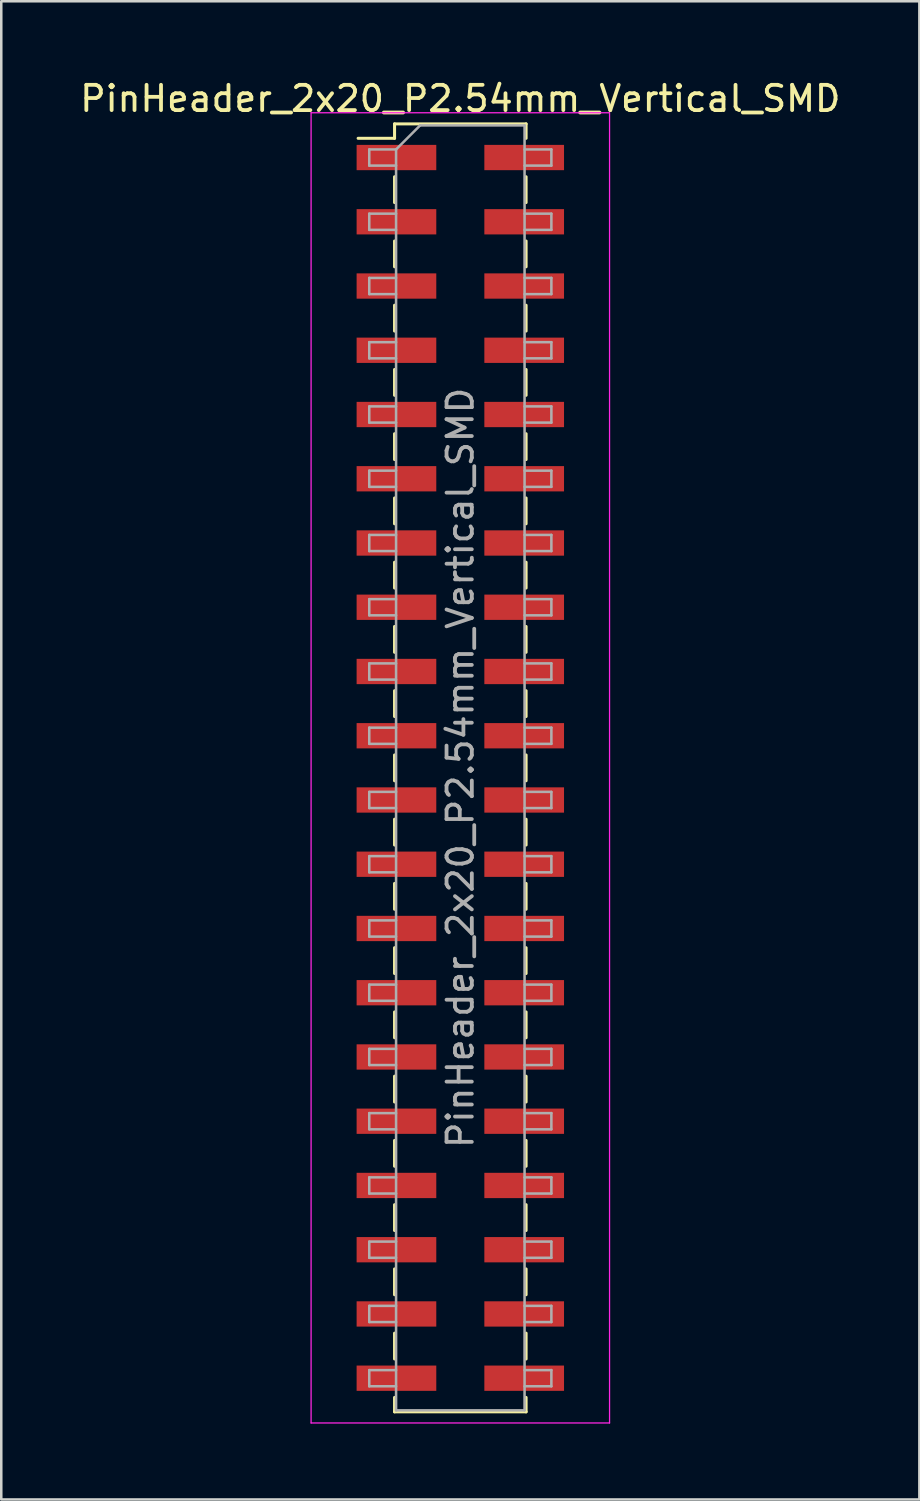
<source format=kicad_pcb>
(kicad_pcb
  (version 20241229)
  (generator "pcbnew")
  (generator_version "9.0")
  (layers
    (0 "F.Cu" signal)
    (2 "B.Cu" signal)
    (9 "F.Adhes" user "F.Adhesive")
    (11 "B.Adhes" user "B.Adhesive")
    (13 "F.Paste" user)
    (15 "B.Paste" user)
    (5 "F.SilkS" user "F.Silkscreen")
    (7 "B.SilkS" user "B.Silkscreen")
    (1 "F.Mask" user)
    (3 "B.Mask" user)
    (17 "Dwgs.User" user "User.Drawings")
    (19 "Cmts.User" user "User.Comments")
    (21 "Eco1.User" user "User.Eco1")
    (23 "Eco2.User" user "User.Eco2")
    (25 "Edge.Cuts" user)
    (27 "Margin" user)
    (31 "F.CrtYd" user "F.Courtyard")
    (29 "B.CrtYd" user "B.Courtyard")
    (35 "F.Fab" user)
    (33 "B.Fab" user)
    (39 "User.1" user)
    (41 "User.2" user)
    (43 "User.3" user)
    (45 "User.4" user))
  (footprint "PinHeader_2x20_P2.54mm_Vertical_SMD"
    (layer "F.Cu")
    (at 15.149 27.308)
    (property "Reference" "PinHeader_2x20_P2.54mm_Vertical_SMD" (at 0 -26.46 0) (layer "F.SilkS") (effects (font (size 1 1) (thickness 0.15))))
    (attr smd)
    (fp_line (start -4.04 -24.89) (end -2.6 -24.89) (stroke (width 0.12) (type solid)) (layer "F.SilkS"))
    (fp_line (start -2.6 -25.46) (end -2.6 -24.89) (stroke (width 0.12) (type solid)) (layer "F.SilkS"))
    (fp_line (start -2.6 -25.46) (end 2.6 -25.46) (stroke (width 0.12) (type solid)) (layer "F.SilkS"))
    (fp_line (start -2.6 -23.37) (end -2.6 -22.35) (stroke (width 0.12) (type solid)) (layer "F.SilkS"))
    (fp_line (start -2.6 -20.83) (end -2.6 -19.81) (stroke (width 0.12) (type solid)) (layer "F.SilkS"))
    (fp_line (start -2.6 -18.29) (end -2.6 -17.27) (stroke (width 0.12) (type solid)) (layer "F.SilkS"))
    (fp_line (start -2.6 -15.75) (end -2.6 -14.73) (stroke (width 0.12) (type solid)) (layer "F.SilkS"))
    (fp_line (start -2.6 -13.21) (end -2.6 -12.19) (stroke (width 0.12) (type solid)) (layer "F.SilkS"))
    (fp_line (start -2.6 -10.67) (end -2.6 -9.65) (stroke (width 0.12) (type solid)) (layer "F.SilkS"))
    (fp_line (start -2.6 -8.13) (end -2.6 -7.11) (stroke (width 0.12) (type solid)) (layer "F.SilkS"))
    (fp_line (start -2.6 -5.59) (end -2.6 -4.57) (stroke (width 0.12) (type solid)) (layer "F.SilkS"))
    (fp_line (start -2.6 -3.05) (end -2.6 -2.03) (stroke (width 0.12) (type solid)) (layer "F.SilkS"))
    (fp_line (start -2.6 -0.51) (end -2.6 0.51) (stroke (width 0.12) (type solid)) (layer "F.SilkS"))
    (fp_line (start -2.6 2.03) (end -2.6 3.05) (stroke (width 0.12) (type solid)) (layer "F.SilkS"))
    (fp_line (start -2.6 4.57) (end -2.6 5.59) (stroke (width 0.12) (type solid)) (layer "F.SilkS"))
    (fp_line (start -2.6 7.11) (end -2.6 8.13) (stroke (width 0.12) (type solid)) (layer "F.SilkS"))
    (fp_line (start -2.6 9.65) (end -2.6 10.67) (stroke (width 0.12) (type solid)) (layer "F.SilkS"))
    (fp_line (start -2.6 12.19) (end -2.6 13.21) (stroke (width 0.12) (type solid)) (layer "F.SilkS"))
    (fp_line (start -2.6 14.73) (end -2.6 15.75) (stroke (width 0.12) (type solid)) (layer "F.SilkS"))
    (fp_line (start -2.6 17.27) (end -2.6 18.29) (stroke (width 0.12) (type solid)) (layer "F.SilkS"))
    (fp_line (start -2.6 19.81) (end -2.6 20.83) (stroke (width 0.12) (type solid)) (layer "F.SilkS"))
    (fp_line (start -2.6 22.35) (end -2.6 23.37) (stroke (width 0.12) (type solid)) (layer "F.SilkS"))
    (fp_line (start -2.6 24.89) (end -2.6 25.46) (stroke (width 0.12) (type solid)) (layer "F.SilkS"))
    (fp_line (start -2.6 25.46) (end 2.6 25.46) (stroke (width 0.12) (type solid)) (layer "F.SilkS"))
    (fp_line (start 2.6 -25.46) (end 2.6 -24.89) (stroke (width 0.12) (type solid)) (layer "F.SilkS"))
    (fp_line (start 2.6 -23.37) (end 2.6 -22.35) (stroke (width 0.12) (type solid)) (layer "F.SilkS"))
    (fp_line (start 2.6 -20.83) (end 2.6 -19.81) (stroke (width 0.12) (type solid)) (layer "F.SilkS"))
    (fp_line (start 2.6 -18.29) (end 2.6 -17.27) (stroke (width 0.12) (type solid)) (layer "F.SilkS"))
    (fp_line (start 2.6 -15.75) (end 2.6 -14.73) (stroke (width 0.12) (type solid)) (layer "F.SilkS"))
    (fp_line (start 2.6 -13.21) (end 2.6 -12.19) (stroke (width 0.12) (type solid)) (layer "F.SilkS"))
    (fp_line (start 2.6 -10.67) (end 2.6 -9.65) (stroke (width 0.12) (type solid)) (layer "F.SilkS"))
    (fp_line (start 2.6 -8.13) (end 2.6 -7.11) (stroke (width 0.12) (type solid)) (layer "F.SilkS"))
    (fp_line (start 2.6 -5.59) (end 2.6 -4.57) (stroke (width 0.12) (type solid)) (layer "F.SilkS"))
    (fp_line (start 2.6 -3.05) (end 2.6 -2.03) (stroke (width 0.12) (type solid)) (layer "F.SilkS"))
    (fp_line (start 2.6 -0.51) (end 2.6 0.51) (stroke (width 0.12) (type solid)) (layer "F.SilkS"))
    (fp_line (start 2.6 2.03) (end 2.6 3.05) (stroke (width 0.12) (type solid)) (layer "F.SilkS"))
    (fp_line (start 2.6 4.57) (end 2.6 5.59) (stroke (width 0.12) (type solid)) (layer "F.SilkS"))
    (fp_line (start 2.6 7.11) (end 2.6 8.13) (stroke (width 0.12) (type solid)) (layer "F.SilkS"))
    (fp_line (start 2.6 9.65) (end 2.6 10.67) (stroke (width 0.12) (type solid)) (layer "F.SilkS"))
    (fp_line (start 2.6 12.19) (end 2.6 13.21) (stroke (width 0.12) (type solid)) (layer "F.SilkS"))
    (fp_line (start 2.6 14.73) (end 2.6 15.75) (stroke (width 0.12) (type solid)) (layer "F.SilkS"))
    (fp_line (start 2.6 17.27) (end 2.6 18.29) (stroke (width 0.12) (type solid)) (layer "F.SilkS"))
    (fp_line (start 2.6 19.81) (end 2.6 20.83) (stroke (width 0.12) (type solid)) (layer "F.SilkS"))
    (fp_line (start 2.6 22.35) (end 2.6 23.37) (stroke (width 0.12) (type solid)) (layer "F.SilkS"))
    (fp_line (start 2.6 24.89) (end 2.6 25.46) (stroke (width 0.12) (type solid)) (layer "F.SilkS"))
    (fp_line (start -5.9 -25.9) (end -5.9 25.9) (stroke (width 0.05) (type solid)) (layer "F.CrtYd"))
    (fp_line (start -5.9 25.9) (end 5.9 25.9) (stroke (width 0.05) (type solid)) (layer "F.CrtYd"))
    (fp_line (start 5.9 -25.9) (end -5.9 -25.9) (stroke (width 0.05) (type solid)) (layer "F.CrtYd"))
    (fp_line (start 5.9 25.9) (end 5.9 -25.9) (stroke (width 0.05) (type solid)) (layer "F.CrtYd"))
    (fp_line (start -3.6 -24.45) (end -3.6 -23.81) (stroke (width 0.1) (type solid)) (layer "F.Fab"))
    (fp_line (start -3.6 -23.81) (end -2.54 -23.81) (stroke (width 0.1) (type solid)) (layer "F.Fab"))
    (fp_line (start -3.6 -21.91) (end -3.6 -21.27) (stroke (width 0.1) (type solid)) (layer "F.Fab"))
    (fp_line (start -3.6 -21.27) (end -2.54 -21.27) (stroke (width 0.1) (type solid)) (layer "F.Fab"))
    (fp_line (start -3.6 -19.37) (end -3.6 -18.73) (stroke (width 0.1) (type solid)) (layer "F.Fab"))
    (fp_line (start -3.6 -18.73) (end -2.54 -18.73) (stroke (width 0.1) (type solid)) (layer "F.Fab"))
    (fp_line (start -3.6 -16.83) (end -3.6 -16.19) (stroke (width 0.1) (type solid)) (layer "F.Fab"))
    (fp_line (start -3.6 -16.19) (end -2.54 -16.19) (stroke (width 0.1) (type solid)) (layer "F.Fab"))
    (fp_line (start -3.6 -14.29) (end -3.6 -13.65) (stroke (width 0.1) (type solid)) (layer "F.Fab"))
    (fp_line (start -3.6 -13.65) (end -2.54 -13.65) (stroke (width 0.1) (type solid)) (layer "F.Fab"))
    (fp_line (start -3.6 -11.75) (end -3.6 -11.11) (stroke (width 0.1) (type solid)) (layer "F.Fab"))
    (fp_line (start -3.6 -11.11) (end -2.54 -11.11) (stroke (width 0.1) (type solid)) (layer "F.Fab"))
    (fp_line (start -3.6 -9.21) (end -3.6 -8.57) (stroke (width 0.1) (type solid)) (layer "F.Fab"))
    (fp_line (start -3.6 -8.57) (end -2.54 -8.57) (stroke (width 0.1) (type solid)) (layer "F.Fab"))
    (fp_line (start -3.6 -6.67) (end -3.6 -6.03) (stroke (width 0.1) (type solid)) (layer "F.Fab"))
    (fp_line (start -3.6 -6.03) (end -2.54 -6.03) (stroke (width 0.1) (type solid)) (layer "F.Fab"))
    (fp_line (start -3.6 -4.13) (end -3.6 -3.49) (stroke (width 0.1) (type solid)) (layer "F.Fab"))
    (fp_line (start -3.6 -3.49) (end -2.54 -3.49) (stroke (width 0.1) (type solid)) (layer "F.Fab"))
    (fp_line (start -3.6 -1.59) (end -3.6 -0.95) (stroke (width 0.1) (type solid)) (layer "F.Fab"))
    (fp_line (start -3.6 -0.95) (end -2.54 -0.95) (stroke (width 0.1) (type solid)) (layer "F.Fab"))
    (fp_line (start -3.6 0.95) (end -3.6 1.59) (stroke (width 0.1) (type solid)) (layer "F.Fab"))
    (fp_line (start -3.6 1.59) (end -2.54 1.59) (stroke (width 0.1) (type solid)) (layer "F.Fab"))
    (fp_line (start -3.6 3.49) (end -3.6 4.13) (stroke (width 0.1) (type solid)) (layer "F.Fab"))
    (fp_line (start -3.6 4.13) (end -2.54 4.13) (stroke (width 0.1) (type solid)) (layer "F.Fab"))
    (fp_line (start -3.6 6.03) (end -3.6 6.67) (stroke (width 0.1) (type solid)) (layer "F.Fab"))
    (fp_line (start -3.6 6.67) (end -2.54 6.67) (stroke (width 0.1) (type solid)) (layer "F.Fab"))
    (fp_line (start -3.6 8.57) (end -3.6 9.21) (stroke (width 0.1) (type solid)) (layer "F.Fab"))
    (fp_line (start -3.6 9.21) (end -2.54 9.21) (stroke (width 0.1) (type solid)) (layer "F.Fab"))
    (fp_line (start -3.6 11.11) (end -3.6 11.75) (stroke (width 0.1) (type solid)) (layer "F.Fab"))
    (fp_line (start -3.6 11.75) (end -2.54 11.75) (stroke (width 0.1) (type solid)) (layer "F.Fab"))
    (fp_line (start -3.6 13.65) (end -3.6 14.29) (stroke (width 0.1) (type solid)) (layer "F.Fab"))
    (fp_line (start -3.6 14.29) (end -2.54 14.29) (stroke (width 0.1) (type solid)) (layer "F.Fab"))
    (fp_line (start -3.6 16.19) (end -3.6 16.83) (stroke (width 0.1) (type solid)) (layer "F.Fab"))
    (fp_line (start -3.6 16.83) (end -2.54 16.83) (stroke (width 0.1) (type solid)) (layer "F.Fab"))
    (fp_line (start -3.6 18.73) (end -3.6 19.37) (stroke (width 0.1) (type solid)) (layer "F.Fab"))
    (fp_line (start -3.6 19.37) (end -2.54 19.37) (stroke (width 0.1) (type solid)) (layer "F.Fab"))
    (fp_line (start -3.6 21.27) (end -3.6 21.91) (stroke (width 0.1) (type solid)) (layer "F.Fab"))
    (fp_line (start -3.6 21.91) (end -2.54 21.91) (stroke (width 0.1) (type solid)) (layer "F.Fab"))
    (fp_line (start -3.6 23.81) (end -3.6 24.45) (stroke (width 0.1) (type solid)) (layer "F.Fab"))
    (fp_line (start -3.6 24.45) (end -2.54 24.45) (stroke (width 0.1) (type solid)) (layer "F.Fab"))
    (fp_line (start -2.54 -24.45) (end -3.6 -24.45) (stroke (width 0.1) (type solid)) (layer "F.Fab"))
    (fp_line (start -2.54 -24.45) (end -1.59 -25.4) (stroke (width 0.1) (type solid)) (layer "F.Fab"))
    (fp_line (start -2.54 -21.91) (end -3.6 -21.91) (stroke (width 0.1) (type solid)) (layer "F.Fab"))
    (fp_line (start -2.54 -19.37) (end -3.6 -19.37) (stroke (width 0.1) (type solid)) (layer "F.Fab"))
    (fp_line (start -2.54 -16.83) (end -3.6 -16.83) (stroke (width 0.1) (type solid)) (layer "F.Fab"))
    (fp_line (start -2.54 -14.29) (end -3.6 -14.29) (stroke (width 0.1) (type solid)) (layer "F.Fab"))
    (fp_line (start -2.54 -11.75) (end -3.6 -11.75) (stroke (width 0.1) (type solid)) (layer "F.Fab"))
    (fp_line (start -2.54 -9.21) (end -3.6 -9.21) (stroke (width 0.1) (type solid)) (layer "F.Fab"))
    (fp_line (start -2.54 -6.67) (end -3.6 -6.67) (stroke (width 0.1) (type solid)) (layer "F.Fab"))
    (fp_line (start -2.54 -4.13) (end -3.6 -4.13) (stroke (width 0.1) (type solid)) (layer "F.Fab"))
    (fp_line (start -2.54 -1.59) (end -3.6 -1.59) (stroke (width 0.1) (type solid)) (layer "F.Fab"))
    (fp_line (start -2.54 0.95) (end -3.6 0.95) (stroke (width 0.1) (type solid)) (layer "F.Fab"))
    (fp_line (start -2.54 3.49) (end -3.6 3.49) (stroke (width 0.1) (type solid)) (layer "F.Fab"))
    (fp_line (start -2.54 6.03) (end -3.6 6.03) (stroke (width 0.1) (type solid)) (layer "F.Fab"))
    (fp_line (start -2.54 8.57) (end -3.6 8.57) (stroke (width 0.1) (type solid)) (layer "F.Fab"))
    (fp_line (start -2.54 11.11) (end -3.6 11.11) (stroke (width 0.1) (type solid)) (layer "F.Fab"))
    (fp_line (start -2.54 13.65) (end -3.6 13.65) (stroke (width 0.1) (type solid)) (layer "F.Fab"))
    (fp_line (start -2.54 16.19) (end -3.6 16.19) (stroke (width 0.1) (type solid)) (layer "F.Fab"))
    (fp_line (start -2.54 18.73) (end -3.6 18.73) (stroke (width 0.1) (type solid)) (layer "F.Fab"))
    (fp_line (start -2.54 21.27) (end -3.6 21.27) (stroke (width 0.1) (type solid)) (layer "F.Fab"))
    (fp_line (start -2.54 23.81) (end -3.6 23.81) (stroke (width 0.1) (type solid)) (layer "F.Fab"))
    (fp_line (start -2.54 25.4) (end -2.54 -24.45) (stroke (width 0.1) (type solid)) (layer "F.Fab"))
    (fp_line (start -1.59 -25.4) (end 2.54 -25.4) (stroke (width 0.1) (type solid)) (layer "F.Fab"))
    (fp_line (start 2.54 -25.4) (end 2.54 25.4) (stroke (width 0.1) (type solid)) (layer "F.Fab"))
    (fp_line (start 2.54 -24.45) (end 3.6 -24.45) (stroke (width 0.1) (type solid)) (layer "F.Fab"))
    (fp_line (start 2.54 -21.91) (end 3.6 -21.91) (stroke (width 0.1) (type solid)) (layer "F.Fab"))
    (fp_line (start 2.54 -19.37) (end 3.6 -19.37) (stroke (width 0.1) (type solid)) (layer "F.Fab"))
    (fp_line (start 2.54 -16.83) (end 3.6 -16.83) (stroke (width 0.1) (type solid)) (layer "F.Fab"))
    (fp_line (start 2.54 -14.29) (end 3.6 -14.29) (stroke (width 0.1) (type solid)) (layer "F.Fab"))
    (fp_line (start 2.54 -11.75) (end 3.6 -11.75) (stroke (width 0.1) (type solid)) (layer "F.Fab"))
    (fp_line (start 2.54 -9.21) (end 3.6 -9.21) (stroke (width 0.1) (type solid)) (layer "F.Fab"))
    (fp_line (start 2.54 -6.67) (end 3.6 -6.67) (stroke (width 0.1) (type solid)) (layer "F.Fab"))
    (fp_line (start 2.54 -4.13) (end 3.6 -4.13) (stroke (width 0.1) (type solid)) (layer "F.Fab"))
    (fp_line (start 2.54 -1.59) (end 3.6 -1.59) (stroke (width 0.1) (type solid)) (layer "F.Fab"))
    (fp_line (start 2.54 0.95) (end 3.6 0.95) (stroke (width 0.1) (type solid)) (layer "F.Fab"))
    (fp_line (start 2.54 3.49) (end 3.6 3.49) (stroke (width 0.1) (type solid)) (layer "F.Fab"))
    (fp_line (start 2.54 6.03) (end 3.6 6.03) (stroke (width 0.1) (type solid)) (layer "F.Fab"))
    (fp_line (start 2.54 8.57) (end 3.6 8.57) (stroke (width 0.1) (type solid)) (layer "F.Fab"))
    (fp_line (start 2.54 11.11) (end 3.6 11.11) (stroke (width 0.1) (type solid)) (layer "F.Fab"))
    (fp_line (start 2.54 13.65) (end 3.6 13.65) (stroke (width 0.1) (type solid)) (layer "F.Fab"))
    (fp_line (start 2.54 16.19) (end 3.6 16.19) (stroke (width 0.1) (type solid)) (layer "F.Fab"))
    (fp_line (start 2.54 18.73) (end 3.6 18.73) (stroke (width 0.1) (type solid)) (layer "F.Fab"))
    (fp_line (start 2.54 21.27) (end 3.6 21.27) (stroke (width 0.1) (type solid)) (layer "F.Fab"))
    (fp_line (start 2.54 23.81) (end 3.6 23.81) (stroke (width 0.1) (type solid)) (layer "F.Fab"))
    (fp_line (start 2.54 25.4) (end -2.54 25.4) (stroke (width 0.1) (type solid)) (layer "F.Fab"))
    (fp_line (start 3.6 -24.45) (end 3.6 -23.81) (stroke (width 0.1) (type solid)) (layer "F.Fab"))
    (fp_line (start 3.6 -23.81) (end 2.54 -23.81) (stroke (width 0.1) (type solid)) (layer "F.Fab"))
    (fp_line (start 3.6 -21.91) (end 3.6 -21.27) (stroke (width 0.1) (type solid)) (layer "F.Fab"))
    (fp_line (start 3.6 -21.27) (end 2.54 -21.27) (stroke (width 0.1) (type solid)) (layer "F.Fab"))
    (fp_line (start 3.6 -19.37) (end 3.6 -18.73) (stroke (width 0.1) (type solid)) (layer "F.Fab"))
    (fp_line (start 3.6 -18.73) (end 2.54 -18.73) (stroke (width 0.1) (type solid)) (layer "F.Fab"))
    (fp_line (start 3.6 -16.83) (end 3.6 -16.19) (stroke (width 0.1) (type solid)) (layer "F.Fab"))
    (fp_line (start 3.6 -16.19) (end 2.54 -16.19) (stroke (width 0.1) (type solid)) (layer "F.Fab"))
    (fp_line (start 3.6 -14.29) (end 3.6 -13.65) (stroke (width 0.1) (type solid)) (layer "F.Fab"))
    (fp_line (start 3.6 -13.65) (end 2.54 -13.65) (stroke (width 0.1) (type solid)) (layer "F.Fab"))
    (fp_line (start 3.6 -11.75) (end 3.6 -11.11) (stroke (width 0.1) (type solid)) (layer "F.Fab"))
    (fp_line (start 3.6 -11.11) (end 2.54 -11.11) (stroke (width 0.1) (type solid)) (layer "F.Fab"))
    (fp_line (start 3.6 -9.21) (end 3.6 -8.57) (stroke (width 0.1) (type solid)) (layer "F.Fab"))
    (fp_line (start 3.6 -8.57) (end 2.54 -8.57) (stroke (width 0.1) (type solid)) (layer "F.Fab"))
    (fp_line (start 3.6 -6.67) (end 3.6 -6.03) (stroke (width 0.1) (type solid)) (layer "F.Fab"))
    (fp_line (start 3.6 -6.03) (end 2.54 -6.03) (stroke (width 0.1) (type solid)) (layer "F.Fab"))
    (fp_line (start 3.6 -4.13) (end 3.6 -3.49) (stroke (width 0.1) (type solid)) (layer "F.Fab"))
    (fp_line (start 3.6 -3.49) (end 2.54 -3.49) (stroke (width 0.1) (type solid)) (layer "F.Fab"))
    (fp_line (start 3.6 -1.59) (end 3.6 -0.95) (stroke (width 0.1) (type solid)) (layer "F.Fab"))
    (fp_line (start 3.6 -0.95) (end 2.54 -0.95) (stroke (width 0.1) (type solid)) (layer "F.Fab"))
    (fp_line (start 3.6 0.95) (end 3.6 1.59) (stroke (width 0.1) (type solid)) (layer "F.Fab"))
    (fp_line (start 3.6 1.59) (end 2.54 1.59) (stroke (width 0.1) (type solid)) (layer "F.Fab"))
    (fp_line (start 3.6 3.49) (end 3.6 4.13) (stroke (width 0.1) (type solid)) (layer "F.Fab"))
    (fp_line (start 3.6 4.13) (end 2.54 4.13) (stroke (width 0.1) (type solid)) (layer "F.Fab"))
    (fp_line (start 3.6 6.03) (end 3.6 6.67) (stroke (width 0.1) (type solid)) (layer "F.Fab"))
    (fp_line (start 3.6 6.67) (end 2.54 6.67) (stroke (width 0.1) (type solid)) (layer "F.Fab"))
    (fp_line (start 3.6 8.57) (end 3.6 9.21) (stroke (width 0.1) (type solid)) (layer "F.Fab"))
    (fp_line (start 3.6 9.21) (end 2.54 9.21) (stroke (width 0.1) (type solid)) (layer "F.Fab"))
    (fp_line (start 3.6 11.11) (end 3.6 11.75) (stroke (width 0.1) (type solid)) (layer "F.Fab"))
    (fp_line (start 3.6 11.75) (end 2.54 11.75) (stroke (width 0.1) (type solid)) (layer "F.Fab"))
    (fp_line (start 3.6 13.65) (end 3.6 14.29) (stroke (width 0.1) (type solid)) (layer "F.Fab"))
    (fp_line (start 3.6 14.29) (end 2.54 14.29) (stroke (width 0.1) (type solid)) (layer "F.Fab"))
    (fp_line (start 3.6 16.19) (end 3.6 16.83) (stroke (width 0.1) (type solid)) (layer "F.Fab"))
    (fp_line (start 3.6 16.83) (end 2.54 16.83) (stroke (width 0.1) (type solid)) (layer "F.Fab"))
    (fp_line (start 3.6 18.73) (end 3.6 19.37) (stroke (width 0.1) (type solid)) (layer "F.Fab"))
    (fp_line (start 3.6 19.37) (end 2.54 19.37) (stroke (width 0.1) (type solid)) (layer "F.Fab"))
    (fp_line (start 3.6 21.27) (end 3.6 21.91) (stroke (width 0.1) (type solid)) (layer "F.Fab"))
    (fp_line (start 3.6 21.91) (end 2.54 21.91) (stroke (width 0.1) (type solid)) (layer "F.Fab"))
    (fp_line (start 3.6 23.81) (end 3.6 24.45) (stroke (width 0.1) (type solid)) (layer "F.Fab"))
    (fp_line (start 3.6 24.45) (end 2.54 24.45) (stroke (width 0.1) (type solid)) (layer "F.Fab"))
    (fp_text user "${REFERENCE}" (at 0 0 90) (layer "F.Fab") (effects (font (size 1 1) (thickness 0.15))))
    (pad "1" smd rect (at -2.525 -24.13) (size 3.15 1) (layers "F.Cu" "F.Mask" "F.Paste"))
    (pad "2" smd rect (at 2.525 -24.13) (size 3.15 1) (layers "F.Cu" "F.Mask" "F.Paste"))
    (pad "3" smd rect (at -2.525 -21.59) (size 3.15 1) (layers "F.Cu" "F.Mask" "F.Paste"))
    (pad "4" smd rect (at 2.525 -21.59) (size 3.15 1) (layers "F.Cu" "F.Mask" "F.Paste"))
    (pad "5" smd rect (at -2.525 -19.05) (size 3.15 1) (layers "F.Cu" "F.Mask" "F.Paste"))
    (pad "6" smd rect (at 2.525 -19.05) (size 3.15 1) (layers "F.Cu" "F.Mask" "F.Paste"))
    (pad "7" smd rect (at -2.525 -16.51) (size 3.15 1) (layers "F.Cu" "F.Mask" "F.Paste"))
    (pad "8" smd rect (at 2.525 -16.51) (size 3.15 1) (layers "F.Cu" "F.Mask" "F.Paste"))
    (pad "9" smd rect (at -2.525 -13.97) (size 3.15 1) (layers "F.Cu" "F.Mask" "F.Paste"))
    (pad "10" smd rect (at 2.525 -13.97) (size 3.15 1) (layers "F.Cu" "F.Mask" "F.Paste"))
    (pad "11" smd rect (at -2.525 -11.43) (size 3.15 1) (layers "F.Cu" "F.Mask" "F.Paste"))
    (pad "12" smd rect (at 2.525 -11.43) (size 3.15 1) (layers "F.Cu" "F.Mask" "F.Paste"))
    (pad "13" smd rect (at -2.525 -8.89) (size 3.15 1) (layers "F.Cu" "F.Mask" "F.Paste"))
    (pad "14" smd rect (at 2.525 -8.89) (size 3.15 1) (layers "F.Cu" "F.Mask" "F.Paste"))
    (pad "15" smd rect (at -2.525 -6.35) (size 3.15 1) (layers "F.Cu" "F.Mask" "F.Paste"))
    (pad "16" smd rect (at 2.525 -6.35) (size 3.15 1) (layers "F.Cu" "F.Mask" "F.Paste"))
    (pad "17" smd rect (at -2.525 -3.81) (size 3.15 1) (layers "F.Cu" "F.Mask" "F.Paste"))
    (pad "18" smd rect (at 2.525 -3.81) (size 3.15 1) (layers "F.Cu" "F.Mask" "F.Paste"))
    (pad "19" smd rect (at -2.525 -1.27) (size 3.15 1) (layers "F.Cu" "F.Mask" "F.Paste"))
    (pad "20" smd rect (at 2.525 -1.27) (size 3.15 1) (layers "F.Cu" "F.Mask" "F.Paste"))
    (pad "21" smd rect (at -2.525 1.27) (size 3.15 1) (layers "F.Cu" "F.Mask" "F.Paste"))
    (pad "22" smd rect (at 2.525 1.27) (size 3.15 1) (layers "F.Cu" "F.Mask" "F.Paste"))
    (pad "23" smd rect (at -2.525 3.81) (size 3.15 1) (layers "F.Cu" "F.Mask" "F.Paste"))
    (pad "24" smd rect (at 2.525 3.81) (size 3.15 1) (layers "F.Cu" "F.Mask" "F.Paste"))
    (pad "25" smd rect (at -2.525 6.35) (size 3.15 1) (layers "F.Cu" "F.Mask" "F.Paste"))
    (pad "26" smd rect (at 2.525 6.35) (size 3.15 1) (layers "F.Cu" "F.Mask" "F.Paste"))
    (pad "27" smd rect (at -2.525 8.89) (size 3.15 1) (layers "F.Cu" "F.Mask" "F.Paste"))
    (pad "28" smd rect (at 2.525 8.89) (size 3.15 1) (layers "F.Cu" "F.Mask" "F.Paste"))
    (pad "29" smd rect (at -2.525 11.43) (size 3.15 1) (layers "F.Cu" "F.Mask" "F.Paste"))
    (pad "30" smd rect (at 2.525 11.43) (size 3.15 1) (layers "F.Cu" "F.Mask" "F.Paste"))
    (pad "31" smd rect (at -2.525 13.97) (size 3.15 1) (layers "F.Cu" "F.Mask" "F.Paste"))
    (pad "32" smd rect (at 2.525 13.97) (size 3.15 1) (layers "F.Cu" "F.Mask" "F.Paste"))
    (pad "33" smd rect (at -2.525 16.51) (size 3.15 1) (layers "F.Cu" "F.Mask" "F.Paste"))
    (pad "34" smd rect (at 2.525 16.51) (size 3.15 1) (layers "F.Cu" "F.Mask" "F.Paste"))
    (pad "35" smd rect (at -2.525 19.05) (size 3.15 1) (layers "F.Cu" "F.Mask" "F.Paste"))
    (pad "36" smd rect (at 2.525 19.05) (size 3.15 1) (layers "F.Cu" "F.Mask" "F.Paste"))
    (pad "37" smd rect (at -2.525 21.59) (size 3.15 1) (layers "F.Cu" "F.Mask" "F.Paste"))
    (pad "38" smd rect (at 2.525 21.59) (size 3.15 1) (layers "F.Cu" "F.Mask" "F.Paste"))
    (pad "39" smd rect (at -2.525 24.13) (size 3.15 1) (layers "F.Cu" "F.Mask" "F.Paste"))
    (pad "40" smd rect (at 2.525 24.13) (size 3.15 1) (layers "F.Cu" "F.Mask" "F.Paste")))
  (gr_rect
    (start -3 -3)
    (end 33.298 56.233)
    (stroke (width 0.1) (type default))
    (fill no)
    (layer "Edge.Cuts")))
</source>
